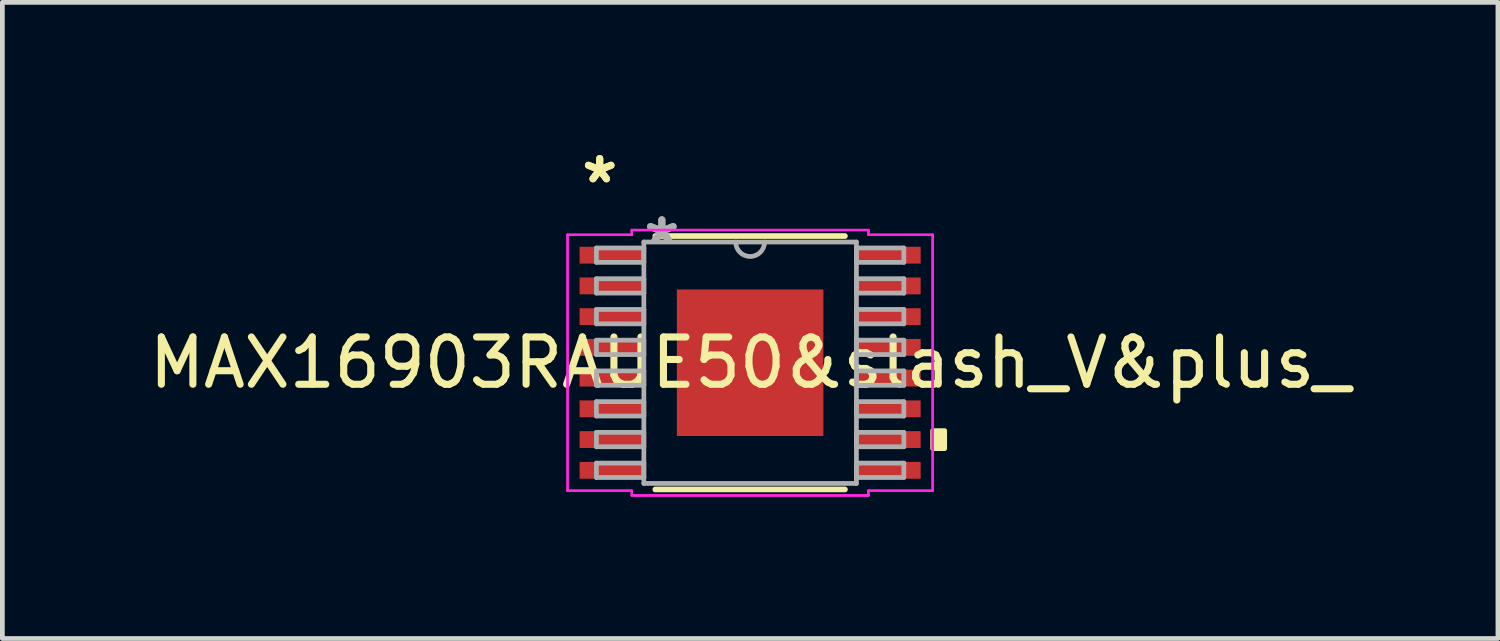
<source format=kicad_pcb>
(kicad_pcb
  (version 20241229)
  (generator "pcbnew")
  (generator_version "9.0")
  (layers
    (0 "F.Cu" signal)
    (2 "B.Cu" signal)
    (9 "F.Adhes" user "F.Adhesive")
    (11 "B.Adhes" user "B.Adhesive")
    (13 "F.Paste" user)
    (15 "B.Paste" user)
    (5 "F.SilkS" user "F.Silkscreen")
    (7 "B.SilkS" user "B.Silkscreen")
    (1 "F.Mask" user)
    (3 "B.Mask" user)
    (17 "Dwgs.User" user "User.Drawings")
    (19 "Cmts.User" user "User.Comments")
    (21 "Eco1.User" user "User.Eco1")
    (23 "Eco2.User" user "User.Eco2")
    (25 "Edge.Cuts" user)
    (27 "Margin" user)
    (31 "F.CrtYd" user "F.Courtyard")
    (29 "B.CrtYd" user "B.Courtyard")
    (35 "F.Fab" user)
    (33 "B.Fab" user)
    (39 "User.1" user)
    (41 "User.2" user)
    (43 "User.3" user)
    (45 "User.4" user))
  (footprint "MAX16903RAUE50&slash_V&plus_"
    (layer "F.Cu")
    (at 12.815 4.622)
    (property "Reference" "MAX16903RAUE50&slash_V&plus_" (at 0 0 0) (layer "F.SilkS") (effects (font (size 1 1) (thickness 0.15))))
    (attr through_hole)
    (fp_line (start -2.005 2.68) (end 2.005 2.68) (stroke (width 0.12) (type solid)) (layer "F.SilkS"))
    (fp_line (start 2.005 -2.68) (end -2.005 -2.68) (stroke (width 0.12) (type solid)) (layer "F.SilkS"))
    (fp_poly (pts (xy 4.115 1.435) (xy 4.115 1.816) (xy 3.861 1.816) (xy 3.861 1.435)) (stroke (width 0.1) (type solid)) (fill yes) (layer "F.SilkS"))
    (fp_poly (pts (xy -1.449 -1.449) (xy -1.449 -0.1) (xy -0.1 -0.1) (xy -0.1 -1.449)) (stroke (width 0.1) (type solid)) (fill yes) (layer "F.Paste"))
    (fp_poly (pts (xy -1.449 0.1) (xy -1.449 1.449) (xy -0.1 1.449) (xy -0.1 0.1)) (stroke (width 0.1) (type solid)) (fill yes) (layer "F.Paste"))
    (fp_poly (pts (xy 0.1 -1.449) (xy 0.1 -0.1) (xy 1.449 -0.1) (xy 1.449 -1.449)) (stroke (width 0.1) (type solid)) (fill yes) (layer "F.Paste"))
    (fp_poly (pts (xy 0.1 0.1) (xy 0.1 1.449) (xy 1.449 1.449) (xy 1.449 0.1)) (stroke (width 0.1) (type solid)) (fill yes) (layer "F.Paste"))
    (fp_line (start -3.861 -2.707) (end -2.502 -2.707) (stroke (width 0.05) (type solid)) (layer "F.CrtYd"))
    (fp_line (start -3.861 -2.707) (end -2.502 -2.707) (stroke (width 0.05) (type solid)) (layer "F.CrtYd"))
    (fp_line (start -3.861 2.707) (end -3.861 -2.707) (stroke (width 0.05) (type solid)) (layer "F.CrtYd"))
    (fp_line (start -3.861 2.707) (end -3.861 -2.707) (stroke (width 0.05) (type solid)) (layer "F.CrtYd"))
    (fp_line (start -3.861 2.707) (end -2.502 2.707) (stroke (width 0.05) (type solid)) (layer "F.CrtYd"))
    (fp_line (start -2.502 -2.807) (end 2.502 -2.807) (stroke (width 0.05) (type solid)) (layer "F.CrtYd"))
    (fp_line (start -2.502 -2.807) (end 2.502 -2.807) (stroke (width 0.05) (type solid)) (layer "F.CrtYd"))
    (fp_line (start -2.502 -2.707) (end -2.502 -2.807) (stroke (width 0.05) (type solid)) (layer "F.CrtYd"))
    (fp_line (start -2.502 -2.707) (end -2.502 -2.807) (stroke (width 0.05) (type solid)) (layer "F.CrtYd"))
    (fp_line (start -2.502 2.707) (end -3.861 2.707) (stroke (width 0.05) (type solid)) (layer "F.CrtYd"))
    (fp_line (start -2.502 2.807) (end -2.502 2.707) (stroke (width 0.05) (type solid)) (layer "F.CrtYd"))
    (fp_line (start -2.502 2.807) (end -2.502 2.707) (stroke (width 0.05) (type solid)) (layer "F.CrtYd"))
    (fp_line (start 2.502 -2.807) (end 2.502 -2.707) (stroke (width 0.05) (type solid)) (layer "F.CrtYd"))
    (fp_line (start 2.502 -2.807) (end 2.502 -2.707) (stroke (width 0.05) (type solid)) (layer "F.CrtYd"))
    (fp_line (start 2.502 -2.707) (end 3.861 -2.707) (stroke (width 0.05) (type solid)) (layer "F.CrtYd"))
    (fp_line (start 2.502 2.707) (end 2.502 2.807) (stroke (width 0.05) (type solid)) (layer "F.CrtYd"))
    (fp_line (start 2.502 2.707) (end 2.502 2.807) (stroke (width 0.05) (type solid)) (layer "F.CrtYd"))
    (fp_line (start 2.502 2.807) (end -2.502 2.807) (stroke (width 0.05) (type solid)) (layer "F.CrtYd"))
    (fp_line (start 2.502 2.807) (end -2.502 2.807) (stroke (width 0.05) (type solid)) (layer "F.CrtYd"))
    (fp_line (start 3.861 -2.707) (end 2.502 -2.707) (stroke (width 0.05) (type solid)) (layer "F.CrtYd"))
    (fp_line (start 3.861 -2.707) (end 3.861 2.707) (stroke (width 0.05) (type solid)) (layer "F.CrtYd"))
    (fp_line (start 3.861 -2.707) (end 3.861 2.707) (stroke (width 0.05) (type solid)) (layer "F.CrtYd"))
    (fp_line (start 3.861 2.707) (end 2.502 2.707) (stroke (width 0.05) (type solid)) (layer "F.CrtYd"))
    (fp_line (start 3.861 2.707) (end 2.502 2.707) (stroke (width 0.05) (type solid)) (layer "F.CrtYd"))
    (fp_line (start -3.251 -2.427) (end -3.251 -2.123) (stroke (width 0.1) (type solid)) (layer "F.Fab"))
    (fp_line (start -3.251 -2.123) (end -2.248 -2.123) (stroke (width 0.1) (type solid)) (layer "F.Fab"))
    (fp_line (start -3.251 -1.777) (end -3.251 -1.473) (stroke (width 0.1) (type solid)) (layer "F.Fab"))
    (fp_line (start -3.251 -1.473) (end -2.248 -1.473) (stroke (width 0.1) (type solid)) (layer "F.Fab"))
    (fp_line (start -3.251 -1.127) (end -3.251 -0.823) (stroke (width 0.1) (type solid)) (layer "F.Fab"))
    (fp_line (start -3.251 -0.823) (end -2.248 -0.823) (stroke (width 0.1) (type solid)) (layer "F.Fab"))
    (fp_line (start -3.251 -0.477) (end -3.251 -0.173) (stroke (width 0.1) (type solid)) (layer "F.Fab"))
    (fp_line (start -3.251 -0.173) (end -2.248 -0.173) (stroke (width 0.1) (type solid)) (layer "F.Fab"))
    (fp_line (start -3.251 0.173) (end -3.251 0.477) (stroke (width 0.1) (type solid)) (layer "F.Fab"))
    (fp_line (start -3.251 0.477) (end -2.248 0.477) (stroke (width 0.1) (type solid)) (layer "F.Fab"))
    (fp_line (start -3.251 0.823) (end -3.251 1.127) (stroke (width 0.1) (type solid)) (layer "F.Fab"))
    (fp_line (start -3.251 1.127) (end -2.248 1.127) (stroke (width 0.1) (type solid)) (layer "F.Fab"))
    (fp_line (start -3.251 1.473) (end -3.251 1.777) (stroke (width 0.1) (type solid)) (layer "F.Fab"))
    (fp_line (start -3.251 1.777) (end -2.248 1.777) (stroke (width 0.1) (type solid)) (layer "F.Fab"))
    (fp_line (start -3.251 2.123) (end -3.251 2.427) (stroke (width 0.1) (type solid)) (layer "F.Fab"))
    (fp_line (start -3.251 2.427) (end -2.248 2.427) (stroke (width 0.1) (type solid)) (layer "F.Fab"))
    (fp_line (start -2.248 -2.553) (end -2.248 2.553) (stroke (width 0.1) (type solid)) (layer "F.Fab"))
    (fp_line (start -2.248 -2.427) (end -3.251 -2.427) (stroke (width 0.1) (type solid)) (layer "F.Fab"))
    (fp_line (start -2.248 -2.123) (end -2.248 -2.427) (stroke (width 0.1) (type solid)) (layer "F.Fab"))
    (fp_line (start -2.248 -1.777) (end -3.251 -1.777) (stroke (width 0.1) (type solid)) (layer "F.Fab"))
    (fp_line (start -2.248 -1.473) (end -2.248 -1.777) (stroke (width 0.1) (type solid)) (layer "F.Fab"))
    (fp_line (start -2.248 -1.127) (end -3.251 -1.127) (stroke (width 0.1) (type solid)) (layer "F.Fab"))
    (fp_line (start -2.248 -0.823) (end -2.248 -1.127) (stroke (width 0.1) (type solid)) (layer "F.Fab"))
    (fp_line (start -2.248 -0.477) (end -3.251 -0.477) (stroke (width 0.1) (type solid)) (layer "F.Fab"))
    (fp_line (start -2.248 -0.173) (end -2.248 -0.477) (stroke (width 0.1) (type solid)) (layer "F.Fab"))
    (fp_line (start -2.248 0.173) (end -3.251 0.173) (stroke (width 0.1) (type solid)) (layer "F.Fab"))
    (fp_line (start -2.248 0.477) (end -2.248 0.173) (stroke (width 0.1) (type solid)) (layer "F.Fab"))
    (fp_line (start -2.248 0.823) (end -3.251 0.823) (stroke (width 0.1) (type solid)) (layer "F.Fab"))
    (fp_line (start -2.248 1.127) (end -2.248 0.823) (stroke (width 0.1) (type solid)) (layer "F.Fab"))
    (fp_line (start -2.248 1.473) (end -3.251 1.473) (stroke (width 0.1) (type solid)) (layer "F.Fab"))
    (fp_line (start -2.248 1.777) (end -2.248 1.473) (stroke (width 0.1) (type solid)) (layer "F.Fab"))
    (fp_line (start -2.248 2.123) (end -3.251 2.123) (stroke (width 0.1) (type solid)) (layer "F.Fab"))
    (fp_line (start -2.248 2.427) (end -2.248 2.123) (stroke (width 0.1) (type solid)) (layer "F.Fab"))
    (fp_line (start -2.248 2.553) (end 2.248 2.553) (stroke (width 0.1) (type solid)) (layer "F.Fab"))
    (fp_line (start 2.248 -2.553) (end -2.248 -2.553) (stroke (width 0.1) (type solid)) (layer "F.Fab"))
    (fp_line (start 2.248 -2.427) (end 2.248 -2.123) (stroke (width 0.1) (type solid)) (layer "F.Fab"))
    (fp_line (start 2.248 -2.123) (end 3.251 -2.123) (stroke (width 0.1) (type solid)) (layer "F.Fab"))
    (fp_line (start 2.248 -1.777) (end 2.248 -1.473) (stroke (width 0.1) (type solid)) (layer "F.Fab"))
    (fp_line (start 2.248 -1.473) (end 3.251 -1.473) (stroke (width 0.1) (type solid)) (layer "F.Fab"))
    (fp_line (start 2.248 -1.127) (end 2.248 -0.823) (stroke (width 0.1) (type solid)) (layer "F.Fab"))
    (fp_line (start 2.248 -0.823) (end 3.251 -0.823) (stroke (width 0.1) (type solid)) (layer "F.Fab"))
    (fp_line (start 2.248 -0.477) (end 2.248 -0.173) (stroke (width 0.1) (type solid)) (layer "F.Fab"))
    (fp_line (start 2.248 -0.173) (end 3.251 -0.173) (stroke (width 0.1) (type solid)) (layer "F.Fab"))
    (fp_line (start 2.248 0.173) (end 2.248 0.477) (stroke (width 0.1) (type solid)) (layer "F.Fab"))
    (fp_line (start 2.248 0.477) (end 3.251 0.477) (stroke (width 0.1) (type solid)) (layer "F.Fab"))
    (fp_line (start 2.248 0.823) (end 2.248 1.127) (stroke (width 0.1) (type solid)) (layer "F.Fab"))
    (fp_line (start 2.248 1.127) (end 3.251 1.127) (stroke (width 0.1) (type solid)) (layer "F.Fab"))
    (fp_line (start 2.248 1.473) (end 2.248 1.777) (stroke (width 0.1) (type solid)) (layer "F.Fab"))
    (fp_line (start 2.248 1.777) (end 3.251 1.777) (stroke (width 0.1) (type solid)) (layer "F.Fab"))
    (fp_line (start 2.248 2.123) (end 2.248 2.427) (stroke (width 0.1) (type solid)) (layer "F.Fab"))
    (fp_line (start 2.248 2.427) (end 3.251 2.427) (stroke (width 0.1) (type solid)) (layer "F.Fab"))
    (fp_line (start 2.248 2.553) (end 2.248 -2.553) (stroke (width 0.1) (type solid)) (layer "F.Fab"))
    (fp_line (start 3.251 -2.427) (end 2.248 -2.427) (stroke (width 0.1) (type solid)) (layer "F.Fab"))
    (fp_line (start 3.251 -2.123) (end 3.251 -2.427) (stroke (width 0.1) (type solid)) (layer "F.Fab"))
    (fp_line (start 3.251 -1.777) (end 2.248 -1.777) (stroke (width 0.1) (type solid)) (layer "F.Fab"))
    (fp_line (start 3.251 -1.473) (end 3.251 -1.777) (stroke (width 0.1) (type solid)) (layer "F.Fab"))
    (fp_line (start 3.251 -1.127) (end 2.248 -1.127) (stroke (width 0.1) (type solid)) (layer "F.Fab"))
    (fp_line (start 3.251 -0.823) (end 3.251 -1.127) (stroke (width 0.1) (type solid)) (layer "F.Fab"))
    (fp_line (start 3.251 -0.477) (end 2.248 -0.477) (stroke (width 0.1) (type solid)) (layer "F.Fab"))
    (fp_line (start 3.251 -0.173) (end 3.251 -0.477) (stroke (width 0.1) (type solid)) (layer "F.Fab"))
    (fp_line (start 3.251 0.173) (end 2.248 0.173) (stroke (width 0.1) (type solid)) (layer "F.Fab"))
    (fp_line (start 3.251 0.477) (end 3.251 0.173) (stroke (width 0.1) (type solid)) (layer "F.Fab"))
    (fp_line (start 3.251 0.823) (end 2.248 0.823) (stroke (width 0.1) (type solid)) (layer "F.Fab"))
    (fp_line (start 3.251 1.127) (end 3.251 0.823) (stroke (width 0.1) (type solid)) (layer "F.Fab"))
    (fp_line (start 3.251 1.473) (end 2.248 1.473) (stroke (width 0.1) (type solid)) (layer "F.Fab"))
    (fp_line (start 3.251 1.777) (end 3.251 1.473) (stroke (width 0.1) (type solid)) (layer "F.Fab"))
    (fp_line (start 3.251 2.123) (end 2.248 2.123) (stroke (width 0.1) (type solid)) (layer "F.Fab"))
    (fp_line (start 3.251 2.427) (end 3.251 2.123) (stroke (width 0.1) (type solid)) (layer "F.Fab"))
    (fp_arc (start 0.3048 -2.5527) (mid 0 -2.2479) (end -0.3048 -2.5527) (stroke (width 0.1) (type solid)) (layer "F.Fab"))
    (fp_text user "*" (at -3.181 -3.774 0) (layer "F.SilkS") (effects (font (size 1 1) (thickness 0.15))))
    (fp_text user "*" (at -3.181 -3.774 0) (layer "F.SilkS") (effects (font (size 1 1) (thickness 0.15))))
    (fp_text user "*" (at -1.867 -2.477 0) (layer "F.Fab") (effects (font (size 1 1) (thickness 0.15))))
    (fp_text user "*" (at -1.867 -2.477 0) (layer "F.Fab") (effects (font (size 1 1) (thickness 0.15))))
    (pad "1" smd rect (at -2.927 -2.275) (size 1.359 0.356) (layers "F.Cu" "F.Mask" "F.Paste"))
    (pad "2" smd rect (at -2.927 -1.625) (size 1.359 0.356) (layers "F.Cu" "F.Mask" "F.Paste"))
    (pad "3" smd rect (at -2.927 -0.975) (size 1.359 0.356) (layers "F.Cu" "F.Mask" "F.Paste"))
    (pad "4" smd rect (at -2.927 -0.325) (size 1.359 0.356) (layers "F.Cu" "F.Mask" "F.Paste"))
    (pad "5" smd rect (at -2.927 0.325) (size 1.359 0.356) (layers "F.Cu" "F.Mask" "F.Paste"))
    (pad "6" smd rect (at -2.927 0.975) (size 1.359 0.356) (layers "F.Cu" "F.Mask" "F.Paste"))
    (pad "7" smd rect (at -2.927 1.625) (size 1.359 0.356) (layers "F.Cu" "F.Mask" "F.Paste"))
    (pad "8" smd rect (at -2.927 2.275) (size 1.359 0.356) (layers "F.Cu" "F.Mask" "F.Paste"))
    (pad "9" smd rect (at 2.927 2.275) (size 1.359 0.356) (layers "F.Cu" "F.Mask" "F.Paste"))
    (pad "10" smd rect (at 2.927 1.625) (size 1.359 0.356) (layers "F.Cu" "F.Mask" "F.Paste"))
    (pad "11" smd rect (at 2.927 0.975) (size 1.359 0.356) (layers "F.Cu" "F.Mask" "F.Paste"))
    (pad "12" smd rect (at 2.927 0.325) (size 1.359 0.356) (layers "F.Cu" "F.Mask" "F.Paste"))
    (pad "13" smd rect (at 2.927 -0.325) (size 1.359 0.356) (layers "F.Cu" "F.Mask" "F.Paste"))
    (pad "14" smd rect (at 2.927 -0.975) (size 1.359 0.356) (layers "F.Cu" "F.Mask" "F.Paste"))
    (pad "15" smd rect (at 2.927 -1.625) (size 1.359 0.356) (layers "F.Cu" "F.Mask" "F.Paste"))
    (pad "16" smd rect (at 2.927 -2.275) (size 1.359 0.356) (layers "F.Cu" "F.Mask" "F.Paste"))
    (pad "EPAD" smd rect (at 0 0) (size 3.099 3.099) (layers "F.Cu" "F.Mask")))
  (gr_rect
    (start -3 -3)
    (end 28.631 10.454)
    (stroke (width 0.1) (type default))
    (fill no)
    (layer "Edge.Cuts")))
</source>
